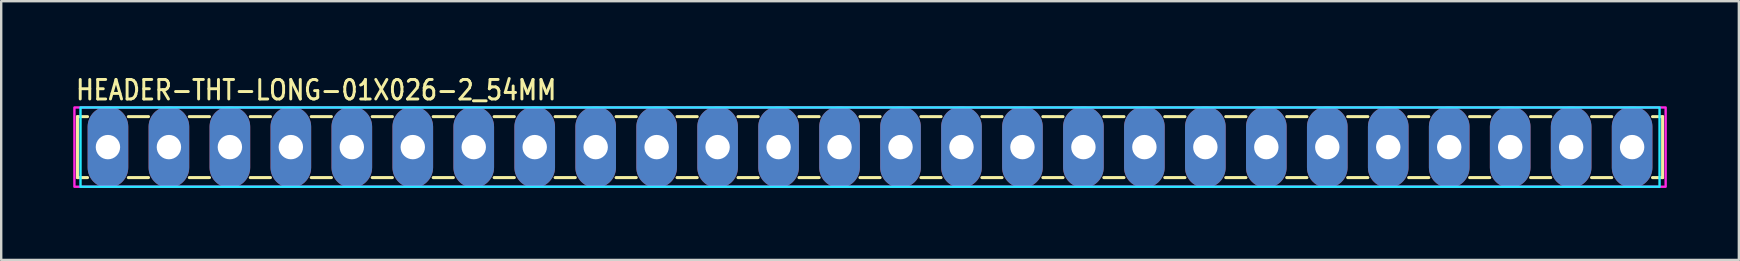
<source format=kicad_pcb>
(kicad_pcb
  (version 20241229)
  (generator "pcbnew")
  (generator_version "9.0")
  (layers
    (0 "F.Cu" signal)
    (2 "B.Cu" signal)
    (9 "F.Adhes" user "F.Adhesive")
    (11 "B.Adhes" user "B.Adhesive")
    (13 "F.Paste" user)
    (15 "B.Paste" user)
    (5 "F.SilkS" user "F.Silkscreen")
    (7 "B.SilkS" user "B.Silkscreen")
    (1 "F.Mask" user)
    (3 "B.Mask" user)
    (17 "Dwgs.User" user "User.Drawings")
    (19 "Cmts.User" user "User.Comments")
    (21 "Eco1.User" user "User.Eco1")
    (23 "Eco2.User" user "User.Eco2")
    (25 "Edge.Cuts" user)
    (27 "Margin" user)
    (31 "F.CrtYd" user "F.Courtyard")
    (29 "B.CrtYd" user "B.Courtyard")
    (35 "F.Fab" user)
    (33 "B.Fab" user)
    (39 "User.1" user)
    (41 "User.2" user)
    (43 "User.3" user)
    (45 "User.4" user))
  (footprint "HEADER-THT-LONG-01X026-2_54MM"
    (layer "F.Cu")
    (at 1.447 3.079)
    (property "Reference" "HEADER-THT-LONG-01X026-2_54MM" (at -1.4 -1.9 0) (unlocked yes) (layer "F.SilkS") (effects (font (size 0.813 0.695) (thickness 0.122)) (justify left bottom)))
    (fp_line (start -1.27 -1.27) (end -1.27 1.27) (stroke (width 0.127) (type solid)) (layer "F.SilkS"))
    (fp_line (start -1.27 1.27) (end -0.85 1.27) (stroke (width 0.127) (type solid)) (layer "F.SilkS"))
    (fp_line (start -0.85 -1.27) (end -1.27 -1.27) (stroke (width 0.127) (type solid)) (layer "F.SilkS"))
    (fp_line (start 0.85 -1.27) (end 1.69 -1.27) (stroke (width 0.127) (type solid)) (layer "F.SilkS"))
    (fp_line (start 0.85 1.27) (end 1.69 1.27) (stroke (width 0.127) (type solid)) (layer "F.SilkS"))
    (fp_line (start 3.39 -1.27) (end 4.23 -1.27) (stroke (width 0.127) (type solid)) (layer "F.SilkS"))
    (fp_line (start 3.39 1.27) (end 4.23 1.27) (stroke (width 0.127) (type solid)) (layer "F.SilkS"))
    (fp_line (start 5.93 -1.27) (end 6.77 -1.27) (stroke (width 0.127) (type solid)) (layer "F.SilkS"))
    (fp_line (start 5.93 1.27) (end 6.77 1.27) (stroke (width 0.127) (type solid)) (layer "F.SilkS"))
    (fp_line (start 8.47 -1.27) (end 9.31 -1.27) (stroke (width 0.127) (type solid)) (layer "F.SilkS"))
    (fp_line (start 8.47 1.27) (end 9.31 1.27) (stroke (width 0.127) (type solid)) (layer "F.SilkS"))
    (fp_line (start 11.01 -1.27) (end 11.85 -1.27) (stroke (width 0.127) (type solid)) (layer "F.SilkS"))
    (fp_line (start 11.01 1.27) (end 11.85 1.27) (stroke (width 0.127) (type solid)) (layer "F.SilkS"))
    (fp_line (start 13.55 -1.27) (end 14.39 -1.27) (stroke (width 0.127) (type solid)) (layer "F.SilkS"))
    (fp_line (start 13.55 1.27) (end 14.39 1.27) (stroke (width 0.127) (type solid)) (layer "F.SilkS"))
    (fp_line (start 16.09 -1.27) (end 16.93 -1.27) (stroke (width 0.127) (type solid)) (layer "F.SilkS"))
    (fp_line (start 16.09 1.27) (end 16.93 1.27) (stroke (width 0.127) (type solid)) (layer "F.SilkS"))
    (fp_line (start 18.63 -1.27) (end 19.47 -1.27) (stroke (width 0.127) (type solid)) (layer "F.SilkS"))
    (fp_line (start 18.63 1.27) (end 19.47 1.27) (stroke (width 0.127) (type solid)) (layer "F.SilkS"))
    (fp_line (start 21.17 -1.27) (end 22.01 -1.27) (stroke (width 0.127) (type solid)) (layer "F.SilkS"))
    (fp_line (start 21.17 1.27) (end 22.01 1.27) (stroke (width 0.127) (type solid)) (layer "F.SilkS"))
    (fp_line (start 23.71 -1.27) (end 24.55 -1.27) (stroke (width 0.127) (type solid)) (layer "F.SilkS"))
    (fp_line (start 23.71 1.27) (end 24.55 1.27) (stroke (width 0.127) (type solid)) (layer "F.SilkS"))
    (fp_line (start 26.25 -1.27) (end 27.09 -1.27) (stroke (width 0.127) (type solid)) (layer "F.SilkS"))
    (fp_line (start 26.25 1.27) (end 27.09 1.27) (stroke (width 0.127) (type solid)) (layer "F.SilkS"))
    (fp_line (start 28.79 -1.27) (end 29.63 -1.27) (stroke (width 0.127) (type solid)) (layer "F.SilkS"))
    (fp_line (start 28.79 1.27) (end 29.63 1.27) (stroke (width 0.127) (type solid)) (layer "F.SilkS"))
    (fp_line (start 31.33 -1.27) (end 32.17 -1.27) (stroke (width 0.127) (type solid)) (layer "F.SilkS"))
    (fp_line (start 31.33 1.27) (end 32.17 1.27) (stroke (width 0.127) (type solid)) (layer "F.SilkS"))
    (fp_line (start 33.87 -1.27) (end 34.71 -1.27) (stroke (width 0.127) (type solid)) (layer "F.SilkS"))
    (fp_line (start 33.87 1.27) (end 34.71 1.27) (stroke (width 0.127) (type solid)) (layer "F.SilkS"))
    (fp_line (start 36.41 -1.27) (end 37.25 -1.27) (stroke (width 0.127) (type solid)) (layer "F.SilkS"))
    (fp_line (start 36.41 1.27) (end 37.25 1.27) (stroke (width 0.127) (type solid)) (layer "F.SilkS"))
    (fp_line (start 38.95 -1.27) (end 39.79 -1.27) (stroke (width 0.127) (type solid)) (layer "F.SilkS"))
    (fp_line (start 38.95 1.27) (end 39.79 1.27) (stroke (width 0.127) (type solid)) (layer "F.SilkS"))
    (fp_line (start 41.49 -1.27) (end 42.33 -1.27) (stroke (width 0.127) (type solid)) (layer "F.SilkS"))
    (fp_line (start 41.49 1.27) (end 42.33 1.27) (stroke (width 0.127) (type solid)) (layer "F.SilkS"))
    (fp_line (start 44.03 -1.27) (end 44.87 -1.27) (stroke (width 0.127) (type solid)) (layer "F.SilkS"))
    (fp_line (start 44.03 1.27) (end 44.87 1.27) (stroke (width 0.127) (type solid)) (layer "F.SilkS"))
    (fp_line (start 46.57 -1.27) (end 47.41 -1.27) (stroke (width 0.127) (type solid)) (layer "F.SilkS"))
    (fp_line (start 46.57 1.27) (end 47.41 1.27) (stroke (width 0.127) (type solid)) (layer "F.SilkS"))
    (fp_line (start 49.11 -1.27) (end 49.95 -1.27) (stroke (width 0.127) (type solid)) (layer "F.SilkS"))
    (fp_line (start 49.11 1.27) (end 49.95 1.27) (stroke (width 0.127) (type solid)) (layer "F.SilkS"))
    (fp_line (start 51.65 -1.27) (end 52.49 -1.27) (stroke (width 0.127) (type solid)) (layer "F.SilkS"))
    (fp_line (start 51.65 1.27) (end 52.49 1.27) (stroke (width 0.127) (type solid)) (layer "F.SilkS"))
    (fp_line (start 54.19 -1.27) (end 55.03 -1.27) (stroke (width 0.127) (type solid)) (layer "F.SilkS"))
    (fp_line (start 54.19 1.27) (end 55.03 1.27) (stroke (width 0.127) (type solid)) (layer "F.SilkS"))
    (fp_line (start 56.73 -1.27) (end 57.57 -1.27) (stroke (width 0.127) (type solid)) (layer "F.SilkS"))
    (fp_line (start 56.73 1.27) (end 57.57 1.27) (stroke (width 0.127) (type solid)) (layer "F.SilkS"))
    (fp_line (start 59.27 -1.27) (end 60.11 -1.27) (stroke (width 0.127) (type solid)) (layer "F.SilkS"))
    (fp_line (start 59.27 1.27) (end 60.11 1.27) (stroke (width 0.127) (type solid)) (layer "F.SilkS"))
    (fp_line (start 61.81 -1.27) (end 62.65 -1.27) (stroke (width 0.127) (type solid)) (layer "F.SilkS"))
    (fp_line (start 61.81 1.27) (end 62.65 1.27) (stroke (width 0.127) (type solid)) (layer "F.SilkS"))
    (fp_line (start 64.35 -1.27) (end 64.77 -1.27) (stroke (width 0.127) (type solid)) (layer "F.SilkS"))
    (fp_line (start 64.77 -1.27) (end 64.77 1.27) (stroke (width 0.127) (type solid)) (layer "F.SilkS"))
    (fp_line (start 64.77 1.27) (end 64.35 1.27) (stroke (width 0.127) (type solid)) (layer "F.SilkS"))
    (fp_poly (pts (xy -1.143 -1.651) (xy 64.643 -1.651) (xy 64.643 1.651) (xy -1.143 1.651)) (stroke (width 0.1) (type solid)) (fill no) (layer "B.CrtYd"))
    (fp_poly (pts (xy -1.397 -1.651) (xy 64.897 -1.651) (xy 64.897 1.651) (xy -1.397 1.651)) (stroke (width 0.1) (type solid)) (fill no) (layer "F.CrtYd"))
    (pad "1" thru_hole oval (at 0 0 90) (size 3.387 1.693) (drill 1.016) (layers "*.Cu" "*.Mask"))
    (pad "2" thru_hole oval (at 2.54 0 90) (size 3.387 1.693) (drill 1.016) (layers "*.Cu" "*.Mask"))
    (pad "3" thru_hole oval (at 5.08 0 90) (size 3.387 1.693) (drill 1.016) (layers "*.Cu" "*.Mask"))
    (pad "4" thru_hole oval (at 7.62 0 90) (size 3.387 1.693) (drill 1.016) (layers "*.Cu" "*.Mask"))
    (pad "5" thru_hole oval (at 10.16 0 90) (size 3.387 1.693) (drill 1.016) (layers "*.Cu" "*.Mask"))
    (pad "6" thru_hole oval (at 12.7 0 90) (size 3.387 1.693) (drill 1.016) (layers "*.Cu" "*.Mask"))
    (pad "7" thru_hole oval (at 15.24 0 90) (size 3.387 1.693) (drill 1.016) (layers "*.Cu" "*.Mask"))
    (pad "8" thru_hole oval (at 17.78 0 90) (size 3.387 1.693) (drill 1.016) (layers "*.Cu" "*.Mask"))
    (pad "9" thru_hole oval (at 20.32 0 90) (size 3.387 1.693) (drill 1.016) (layers "*.Cu" "*.Mask"))
    (pad "10" thru_hole oval (at 22.86 0 90) (size 3.387 1.693) (drill 1.016) (layers "*.Cu" "*.Mask"))
    (pad "11" thru_hole oval (at 25.4 0 90) (size 3.387 1.693) (drill 1.016) (layers "*.Cu" "*.Mask"))
    (pad "12" thru_hole oval (at 27.94 0 90) (size 3.387 1.693) (drill 1.016) (layers "*.Cu" "*.Mask"))
    (pad "13" thru_hole oval (at 30.48 0 90) (size 3.387 1.693) (drill 1.016) (layers "*.Cu" "*.Mask"))
    (pad "14" thru_hole oval (at 33.02 0 90) (size 3.387 1.693) (drill 1.016) (layers "*.Cu" "*.Mask"))
    (pad "15" thru_hole oval (at 35.56 0 90) (size 3.387 1.693) (drill 1.016) (layers "*.Cu" "*.Mask"))
    (pad "16" thru_hole oval (at 38.1 0 90) (size 3.387 1.693) (drill 1.016) (layers "*.Cu" "*.Mask"))
    (pad "17" thru_hole oval (at 40.64 0 90) (size 3.387 1.693) (drill 1.016) (layers "*.Cu" "*.Mask"))
    (pad "18" thru_hole oval (at 43.18 0 90) (size 3.387 1.693) (drill 1.016) (layers "*.Cu" "*.Mask"))
    (pad "19" thru_hole oval (at 45.72 0 90) (size 3.387 1.693) (drill 1.016) (layers "*.Cu" "*.Mask"))
    (pad "20" thru_hole oval (at 48.26 0 90) (size 3.387 1.693) (drill 1.016) (layers "*.Cu" "*.Mask"))
    (pad "21" thru_hole oval (at 50.8 0 90) (size 3.387 1.693) (drill 1.016) (layers "*.Cu" "*.Mask"))
    (pad "22" thru_hole oval (at 53.34 0 90) (size 3.387 1.693) (drill 1.016) (layers "*.Cu" "*.Mask"))
    (pad "23" thru_hole oval (at 55.88 0 90) (size 3.387 1.693) (drill 1.016) (layers "*.Cu" "*.Mask"))
    (pad "24" thru_hole oval (at 58.42 0 90) (size 3.387 1.693) (drill 1.016) (layers "*.Cu" "*.Mask"))
    (pad "25" thru_hole oval (at 60.96 0 90) (size 3.387 1.693) (drill 1.016) (layers "*.Cu" "*.Mask"))
    (pad "26" thru_hole oval (at 63.5 0 90) (size 3.387 1.693) (drill 1.016) (layers "*.Cu" "*.Mask")))
  (gr_rect
    (start -3 -3)
    (end 69.394 7.78)
    (stroke (width 0.1) (type default))
    (fill no)
    (layer "Edge.Cuts")))
</source>
